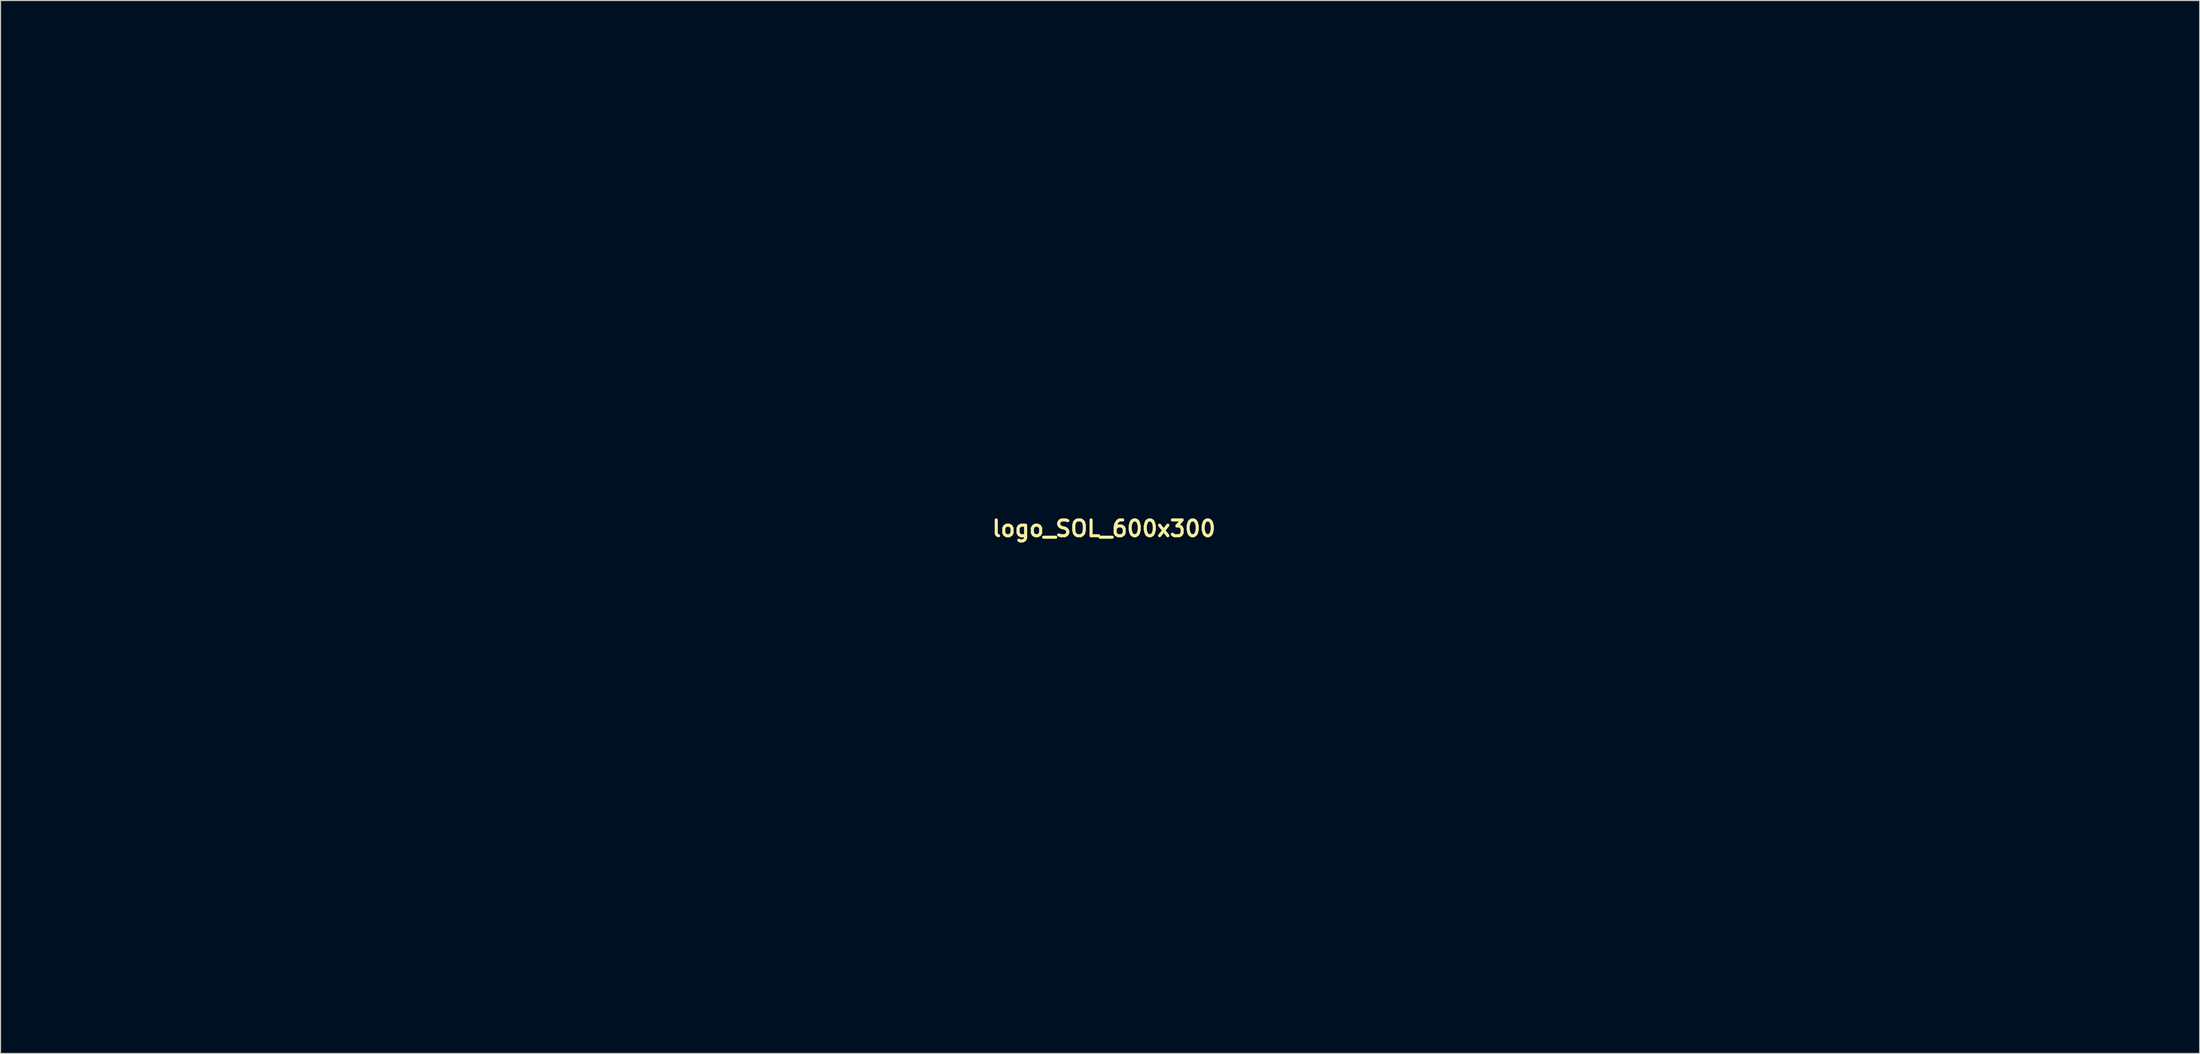
<source format=kicad_pcb>
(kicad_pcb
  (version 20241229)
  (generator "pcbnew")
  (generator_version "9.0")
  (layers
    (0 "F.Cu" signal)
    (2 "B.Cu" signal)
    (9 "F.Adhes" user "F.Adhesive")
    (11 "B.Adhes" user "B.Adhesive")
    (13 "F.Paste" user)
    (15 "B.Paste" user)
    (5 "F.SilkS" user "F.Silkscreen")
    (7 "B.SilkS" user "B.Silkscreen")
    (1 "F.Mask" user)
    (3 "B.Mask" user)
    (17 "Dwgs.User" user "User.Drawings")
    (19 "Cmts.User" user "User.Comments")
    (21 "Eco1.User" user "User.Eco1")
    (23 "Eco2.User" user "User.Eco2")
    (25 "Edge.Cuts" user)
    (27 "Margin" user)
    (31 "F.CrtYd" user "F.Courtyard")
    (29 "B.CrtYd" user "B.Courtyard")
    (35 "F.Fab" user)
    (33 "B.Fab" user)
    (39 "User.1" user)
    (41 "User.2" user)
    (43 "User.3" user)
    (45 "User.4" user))
  (footprint "logo_SOL_600x300"
    (layer "F.Cu")
    (at 103.394 47.939)
    (property "Reference" "logo_SOL_600x300" (at 0 0 0) (layer "F.SilkS") (effects (font (size 1.524 1.524) (thickness 0.3))))
    (attr through_hole)
    (fp_poly (pts (xy 6.35 36.336) (xy 21.167 36.336) (xy 21.167 39.511) (xy 3.528 39.511) (xy 3.528 21.519) (xy 6.35 21.519) (xy 6.35 36.336)) (stroke (width 0.01) (type solid)) (fill no) (layer "Eco2.User"))
    (fp_poly (pts (xy 102.658 -33.514) (xy 95.603 -33.514) (xy 95.603 -18.697) (xy 92.428 -18.697) (xy 92.428 -33.514) (xy 85.019 -33.514) (xy 85.019 -36.336) (xy 102.658 -36.336) (xy 102.658 -33.514)) (stroke (width 0.01) (type solid)) (fill no) (layer "Eco2.User"))
    (fp_poly (pts (xy 77.354 -7.34) (xy 78.846 -7.232) (xy 78.846 10.407) (xy 75.638 10.616) (xy 70.01 3.893) (xy 64.382 -2.83) (xy 64.029 10.407) (xy 62.782 10.512) (xy 61.883 10.517) (xy 61.318 10.392) (xy 61.283 10.365) (xy 61.213 9.957) (xy 61.151 8.941) (xy 61.099 7.417) (xy 61.06 5.483) (xy 61.036 3.236) (xy 61.031 1.352) (xy 61.031 -7.408) (xy 64.442 -7.408) (xy 75.671 6.004) (xy 75.767 -0.722) (xy 75.863 -7.448) (xy 77.354 -7.34)) (stroke (width 0.01) (type solid)) (fill no) (layer "Eco2.User"))
    (fp_poly (pts (xy 58.914 -4.233) (xy 45.508 -4.233) (xy 45.508 0) (xy 56.485 0) (xy 56.377 1.499) (xy 56.268 2.999) (xy 45.508 3.193) (xy 45.508 7.408) (xy 58.954 7.408) (xy 58.846 8.908) (xy 58.738 10.407) (xy 50.954 10.502) (xy 48.678 10.519) (xy 46.642 10.514) (xy 44.952 10.489) (xy 43.712 10.445) (xy 43.027 10.386) (xy 42.928 10.355) (xy 42.861 9.949) (xy 42.802 8.936) (xy 42.752 7.415) (xy 42.714 5.482) (xy 42.692 3.238) (xy 42.686 1.352) (xy 42.686 -7.408) (xy 58.914 -7.408) (xy 58.914 -4.233)) (stroke (width 0.01) (type solid)) (fill no) (layer "Eco2.User"))
    (fp_poly (pts (xy 62.469 -35.305) (xy 63.5 -34.274) (xy 63.5 -18.697) (xy 60.678 -18.697) (xy 60.678 -24.694) (xy 48.683 -24.694) (xy 48.683 -18.697) (xy 45.861 -18.697) (xy 45.861 -30.119) (xy 48.683 -30.119) (xy 48.683 -27.517) (xy 60.706 -27.517) (xy 60.604 -30.427) (xy 60.501 -33.337) (xy 55.081 -33.435) (xy 52.613 -33.454) (xy 50.821 -33.408) (xy 49.678 -33.295) (xy 49.172 -33.127) (xy 48.873 -32.536) (xy 48.715 -31.342) (xy 48.683 -30.119) (xy 45.861 -30.119) (xy 45.861 -34.274) (xy 46.892 -35.305) (xy 47.924 -36.336) (xy 61.438 -36.336) (xy 62.469 -35.305)) (stroke (width 0.01) (type solid)) (fill no) (layer "Eco2.User"))
    (fp_poly (pts (xy 39.062 22.673) (xy 40.04 23.651) (xy 40.04 39.335) (xy 37.218 39.335) (xy 37.116 36.248) (xy 37.014 33.161) (xy 25.4 33.161) (xy 25.4 39.511) (xy 23.978 39.511) (xy 22.923 39.392) (xy 22.387 39.065) (xy 22.37 39.028) (xy 22.32 38.543) (xy 22.285 37.465) (xy 22.266 35.905) (xy 22.266 33.976) (xy 22.284 31.788) (xy 22.293 31.097) (xy 22.386 24.694) (xy 25.4 24.694) (xy 25.4 30.339) (xy 37.042 30.339) (xy 37.042 24.694) (xy 25.4 24.694) (xy 22.386 24.694) (xy 22.401 23.651) (xy 23.38 22.673) (xy 24.358 21.696) (xy 38.084 21.696) (xy 39.062 22.673)) (stroke (width 0.01) (type solid)) (fill no) (layer "Eco2.User"))
    (fp_poly (pts (xy 34.011 -7.395) (xy 36.33 -7.326) (xy 38.094 -7.159) (xy 39.38 -6.851) (xy 40.263 -6.358) (xy 40.818 -5.637) (xy 41.122 -4.645) (xy 41.249 -3.34) (xy 41.275 -1.678) (xy 41.275 -1.587) (xy 41.24 0.211) (xy 41.08 1.595) (xy 40.714 2.621) (xy 40.061 3.34) (xy 39.041 3.807) (xy 37.571 4.076) (xy 35.571 4.2) (xy 32.961 4.233) (xy 32.487 4.233) (xy 26.486 4.233) (xy 26.384 7.32) (xy 26.282 10.407) (xy 24.959 10.516) (xy 23.636 10.626) (xy 23.636 -4.233) (xy 26.458 -4.233) (xy 26.458 1.058) (xy 38.1 1.058) (xy 38.1 -4.233) (xy 26.458 -4.233) (xy 23.636 -4.233) (xy 23.636 -7.408) (xy 31.062 -7.408) (xy 34.011 -7.395)) (stroke (width 0.01) (type solid)) (fill no) (layer "Eco2.User"))
    (fp_poly (pts (xy 30.018 -32.456) (xy 31.193 -31.076) (xy 32.209 -29.914) (xy 32.981 -29.067) (xy 33.422 -28.629) (xy 33.486 -28.59) (xy 33.772 -28.853) (xy 34.416 -29.566) (xy 35.334 -30.63) (xy 36.44 -31.947) (xy 36.865 -32.461) (xy 40.04 -36.317) (xy 41.716 -36.326) (xy 43.392 -36.336) (xy 43.392 -18.697) (xy 40.585 -18.697) (xy 40.489 -25.389) (xy 40.393 -32.082) (xy 37.042 -28.044) (xy 35.852 -26.628) (xy 34.816 -25.428) (xy 34.018 -24.539) (xy 33.543 -24.057) (xy 33.455 -23.998) (xy 33.158 -24.251) (xy 32.5 -24.955) (xy 31.565 -26.013) (xy 30.44 -27.329) (xy 29.928 -27.94) (xy 26.635 -31.891) (xy 26.539 -25.294) (xy 26.443 -18.697) (xy 23.283 -18.697) (xy 23.283 -36.336) (xy 26.754 -36.336) (xy 30.018 -32.456)) (stroke (width 0.01) (type solid)) (fill no) (layer "Eco2.User"))
    (fp_poly (pts (xy 82.577 -35.305) (xy 83.038 -34.814) (xy 83.336 -34.343) (xy 83.507 -33.728) (xy 83.585 -32.807) (xy 83.607 -31.416) (xy 83.608 -30.59) (xy 83.551 -28.503) (xy 83.341 -27.003) (xy 82.923 -25.979) (xy 82.241 -25.321) (xy 81.24 -24.916) (xy 80.712 -24.795) (xy 79.249 -24.506) (xy 81.429 -21.973) (xy 82.375 -20.837) (xy 83.114 -19.879) (xy 83.542 -19.237) (xy 83.608 -19.069) (xy 83.29 -18.849) (xy 82.466 -18.717) (xy 81.91 -18.697) (xy 80.212 -18.697) (xy 77.765 -21.693) (xy 75.318 -24.689) (xy 72.055 -24.691) (xy 68.792 -24.694) (xy 68.792 -18.697) (xy 65.969 -18.697) (xy 65.969 -29.701) (xy 68.832 -29.701) (xy 68.87 -28.746) (xy 68.938 -28.35) (xy 69.155 -28.164) (xy 69.699 -28.031) (xy 70.658 -27.942) (xy 72.119 -27.891) (xy 74.171 -27.871) (xy 74.954 -27.869) (xy 80.786 -27.869) (xy 80.786 -33.178) (xy 74.877 -33.081) (xy 68.968 -32.985) (xy 68.861 -30.908) (xy 68.832 -29.701) (xy 65.969 -29.701) (xy 65.969 -36.336) (xy 81.546 -36.336) (xy 82.577 -35.305)) (stroke (width 0.01) (type solid)) (fill no) (layer "Eco2.User"))
    (fp_poly (pts (xy 52.019 21.541) (xy 54.176 21.601) (xy 55.886 21.695) (xy 57.051 21.819) (xy 57.461 21.91) (xy 58.481 22.49) (xy 59.151 23.447) (xy 59.51 24.876) (xy 59.596 26.869) (xy 59.591 27.118) (xy 59.607 28.557) (xy 59.718 29.78) (xy 59.901 30.555) (xy 59.922 30.598) (xy 60.182 31.491) (xy 60.317 32.808) (xy 60.333 34.33) (xy 60.237 35.836) (xy 60.036 37.106) (xy 59.737 37.92) (xy 59.7 37.971) (xy 59.256 38.462) (xy 58.758 38.836) (xy 58.109 39.11) (xy 57.212 39.298) (xy 55.969 39.417) (xy 54.283 39.481) (xy 52.058 39.507) (xy 50.118 39.511) (xy 42.686 39.511) (xy 42.686 32.103) (xy 45.508 32.103) (xy 45.508 36.336) (xy 57.15 36.336) (xy 57.15 32.103) (xy 45.508 32.103) (xy 42.686 32.103) (xy 42.686 24.694) (xy 45.508 24.694) (xy 45.508 26.576) (xy 45.549 27.674) (xy 45.654 28.461) (xy 45.744 28.693) (xy 46.162 28.775) (xy 47.155 28.845) (xy 48.594 28.897) (xy 50.349 28.925) (xy 51.212 28.928) (xy 56.444 28.928) (xy 56.444 24.694) (xy 45.508 24.694) (xy 42.686 24.694) (xy 42.686 21.519) (xy 49.513 21.519) (xy 52.019 21.541)) (stroke (width 0.01) (type solid)) (fill no) (layer "Eco2.User"))
    (fp_poly (pts (xy 16.553 -7.334) (xy 18.047 -7.239) (xy 18.962 -7.082) (xy 19.112 -7.03) (xy 19.788 -6.713) (xy 20.297 -6.333) (xy 20.662 -5.792) (xy 20.909 -4.992) (xy 21.059 -3.838) (xy 21.136 -2.229) (xy 21.164 -0.071) (xy 21.167 1.502) (xy 21.154 4.085) (xy 21.101 6.056) (xy 20.983 7.511) (xy 20.776 8.544) (xy 20.457 9.248) (xy 20.003 9.718) (xy 19.388 10.048) (xy 18.974 10.204) (xy 18.1 10.373) (xy 16.699 10.491) (xy 14.928 10.56) (xy 12.943 10.582) (xy 10.904 10.557) (xy 8.966 10.489) (xy 7.288 10.378) (xy 6.026 10.226) (xy 5.408 10.069) (xy 4.521 9.529) (xy 3.92 8.893) (xy 3.908 8.871) (xy 3.767 8.242) (xy 3.655 6.982) (xy 3.576 5.165) (xy 3.534 2.866) (xy 3.528 1.454) (xy 3.531 -0.88) (xy 3.547 -2.615) (xy 3.589 -3.861) (xy 3.624 -4.233) (xy 6.35 -4.233) (xy 6.35 7.425) (xy 12.259 7.329) (xy 18.168 7.232) (xy 18.362 -4.233) (xy 6.35 -4.233) (xy 3.624 -4.233) (xy 3.669 -4.724) (xy 3.798 -5.311) (xy 3.988 -5.732) (xy 4.251 -6.092) (xy 4.378 -6.242) (xy 5.229 -7.232) (xy 11.659 -7.343) (xy 14.437 -7.368) (xy 16.553 -7.334)) (stroke (width 0.01) (type solid)) (fill no) (layer "Eco2.User"))
    (fp_poly (pts (xy 20.135 -35.305) (xy 20.919 -34.255) (xy 21.166 -33.095) (xy 21.167 -33.012) (xy 21.126 -32.206) (xy 20.869 -31.846) (xy 20.192 -31.753) (xy 19.747 -31.75) (xy 18.777 -31.825) (xy 18.254 -32.135) (xy 17.988 -32.641) (xy 17.65 -33.532) (xy 12.088 -33.435) (xy 6.526 -33.337) (xy 6.316 -28.928) (xy 19.104 -28.928) (xy 20.135 -27.897) (xy 20.64 -27.348) (xy 20.945 -26.813) (xy 21.102 -26.099) (xy 21.16 -25.013) (xy 21.167 -23.867) (xy 21.146 -22.355) (xy 21.054 -21.35) (xy 20.847 -20.652) (xy 20.479 -20.062) (xy 20.253 -19.783) (xy 19.34 -18.697) (xy 12.3 -18.697) (xy 9.905 -18.699) (xy 8.113 -18.713) (xy 6.822 -18.75) (xy 5.929 -18.821) (xy 5.331 -18.937) (xy 4.927 -19.109) (xy 4.613 -19.35) (xy 4.394 -19.563) (xy 3.666 -20.722) (xy 3.528 -21.68) (xy 3.57 -22.481) (xy 3.831 -22.836) (xy 4.514 -22.928) (xy 4.939 -22.931) (xy 5.862 -22.871) (xy 6.27 -22.632) (xy 6.35 -22.225) (xy 6.382 -21.965) (xy 6.545 -21.778) (xy 6.938 -21.652) (xy 7.662 -21.576) (xy 8.817 -21.536) (xy 10.501 -21.521) (xy 12.188 -21.519) (xy 18.025 -21.519) (xy 17.815 -25.929) (xy 11.345 -26.106) (xy 8.807 -26.179) (xy 6.888 -26.281) (xy 5.501 -26.465) (xy 4.56 -26.787) (xy 3.979 -27.302) (xy 3.671 -28.067) (xy 3.549 -29.135) (xy 3.528 -30.563) (xy 3.528 -31.111) (xy 3.541 -32.634) (xy 3.61 -33.637) (xy 3.781 -34.302) (xy 4.099 -34.813) (xy 4.559 -35.305) (xy 5.59 -36.336) (xy 19.104 -36.336) (xy 20.135 -35.305)) (stroke (width 0.01) (type solid)) (fill no) (layer "Eco2.User"))
    (fp_poly (pts (xy -54.614 -47.816) (xy -52.397 -47.117) (xy -50.38 -45.85) (xy -48.668 -44.024) (xy -48.101 -43.156) (xy -47.675 -42.342) (xy -47.376 -41.491) (xy -47.164 -40.426) (xy -47.003 -38.97) (xy -46.889 -37.45) (xy -46.77 -35.448) (xy -46.672 -33.356) (xy -46.607 -31.472) (xy -46.589 -30.495) (xy -46.519 -28.76) (xy -46.302 -27.59) (xy -45.883 -26.851) (xy -45.206 -26.406) (xy -44.832 -26.275) (xy -44.483 -26.234) (xy -44.075 -26.36) (xy -43.531 -26.713) (xy -42.776 -27.357) (xy -41.734 -28.355) (xy -40.328 -29.768) (xy -39.326 -30.792) (xy -37.619 -32.5) (xy -36.035 -34.002) (xy -34.67 -35.212) (xy -33.62 -36.044) (xy -33.149 -36.342) (xy -30.875 -37.156) (xy -28.621 -37.338) (xy -26.461 -36.961) (xy -24.466 -36.096) (xy -22.708 -34.816) (xy -21.26 -33.192) (xy -20.192 -31.298) (xy -19.577 -29.204) (xy -19.488 -26.983) (xy -19.995 -24.707) (xy -20.464 -23.63) (xy -20.977 -22.853) (xy -21.884 -21.707) (xy -23.077 -20.319) (xy -24.449 -18.816) (xy -25.199 -18.029) (xy -26.89 -16.269) (xy -28.136 -14.924) (xy -28.993 -13.91) (xy -29.517 -13.146) (xy -29.765 -12.549) (xy -29.793 -12.037) (xy -29.656 -11.526) (xy -29.646 -11.498) (xy -29.385 -11.01) (xy -28.965 -10.655) (xy -28.292 -10.417) (xy -27.27 -10.284) (xy -25.806 -10.241) (xy -23.805 -10.275) (xy -21.842 -10.343) (xy -19.506 -10.418) (xy -17.736 -10.43) (xy -16.398 -10.371) (xy -15.354 -10.238) (xy -14.508 -10.035) (xy -12.202 -9.017) (xy -10.299 -7.502) (xy -8.876 -5.59) (xy -8.007 -3.377) (xy -7.761 -1.324) (xy -7.923 0.96) (xy -8.463 2.826) (xy -9.457 4.494) (xy -10.11 5.28) (xy -11.068 6.267) (xy -12.018 7.029) (xy -13.073 7.599) (xy -14.348 8.011) (xy -15.954 8.299) (xy -18.004 8.496) (xy -20.612 8.635) (xy -21.544 8.671) (xy -24.08 8.778) (xy -25.995 8.902) (xy -27.377 9.069) (xy -28.31 9.304) (xy -28.88 9.632) (xy -29.173 10.078) (xy -29.274 10.666) (xy -29.281 10.934) (xy -29.181 11.384) (xy -28.839 11.965) (xy -28.192 12.749) (xy -27.176 13.811) (xy -25.727 15.223) (xy -24.726 16.171) (xy -22.656 18.168) (xy -21.076 19.825) (xy -19.923 21.243) (xy -19.136 22.521) (xy -18.651 23.761) (xy -18.409 25.061) (xy -18.344 26.458) (xy -18.669 28.968) (xy -19.586 31.208) (xy -21.009 33.101) (xy -22.854 34.571) (xy -25.035 35.539) (xy -27.466 35.928) (xy -28.768 35.88) (xy -29.93 35.7) (xy -31.007 35.371) (xy -32.101 34.828) (xy -33.31 34.007) (xy -34.735 32.843) (xy -36.475 31.27) (xy -37.85 29.972) (xy -39.687 28.249) (xy -41.114 26.998) (xy -42.211 26.174) (xy -43.053 25.737) (xy -43.716 25.645) (xy -44.278 25.854) (xy -44.708 26.213) (xy -44.9 26.507) (xy -45.044 27.018) (xy -45.148 27.836) (xy -45.219 29.054) (xy -45.263 30.765) (xy -45.289 33.06) (xy -45.294 33.93) (xy -45.312 36.382) (xy -45.343 38.239) (xy -45.397 39.61) (xy -45.485 40.607) (xy -45.617 41.338) (xy -45.803 41.915) (xy -46.054 42.447) (xy -46.1 42.534) (xy -47.178 44.073) (xy -48.64 45.537) (xy -50.233 46.693) (xy -51.012 47.088) (xy -52.748 47.529) (xy -54.803 47.623) (xy -56.884 47.381) (xy -58.703 46.813) (xy -58.74 46.796) (xy -60.644 45.574) (xy -62.29 43.887) (xy -63.435 42.006) (xy -63.656 41.294) (xy -63.834 40.217) (xy -63.978 38.69) (xy -64.096 36.629) (xy -64.195 33.948) (xy -64.196 33.918) (xy -64.274 31.54) (xy -64.35 29.769) (xy -64.437 28.505) (xy -64.547 27.652) (xy -64.69 27.11) (xy -64.879 26.78) (xy -65.078 26.598) (xy -65.916 26.199) (xy -66.454 26.106) (xy -66.955 26.355) (xy -67.886 27.072) (xy -69.193 28.212) (xy -70.822 29.726) (xy -72.295 31.151) (xy -74.229 33.03) (xy -75.775 34.462) (xy -77.037 35.507) (xy -78.118 36.226) (xy -79.122 36.677) (xy -80.151 36.922) (xy -81.309 37.021) (xy -82.415 37.034) (xy -84.858 36.699) (xy -87.027 35.765) (xy -88.847 34.313) (xy -90.239 32.42) (xy -91.127 30.166) (xy -91.435 27.722) (xy -91.383 26.375) (xy -91.169 25.168) (xy -90.734 23.997) (xy -90.02 22.76) (xy -88.965 21.353) (xy -87.511 19.675) (xy -85.599 17.622) (xy -85.579 17.601) (xy -83.854 15.76) (xy -82.593 14.332) (xy -81.753 13.243) (xy -81.29 12.416) (xy -81.161 11.775) (xy -81.323 11.244) (xy -81.693 10.785) (xy -81.889 10.577) (xy -82.066 10.424) (xy -82.325 10.316) (xy -82.763 10.248) (xy -83.478 10.212) (xy -84.569 10.201) (xy -86.134 10.207) (xy -88.272 10.223) (xy -89.187 10.229) (xy -91.979 10.222) (xy -94.184 10.136) (xy -95.916 9.944) (xy -97.292 9.617) (xy -98.428 9.126) (xy -99.44 8.444) (xy -100.443 7.54) (xy -100.55 7.433) (xy -102.121 5.418) (xy -103.062 3.217) (xy -103.333 1.319) (xy -95.863 1.319) (xy -95.271 2.184) (xy -95.103 2.306) (xy -94.697 2.505) (xy -94.111 2.647) (xy -93.244 2.738) (xy -91.992 2.784) (xy -90.252 2.791) (xy -87.923 2.765) (xy -87.607 2.76) (xy -85.01 2.731) (xy -82.999 2.755) (xy -81.454 2.857) (xy -80.257 3.064) (xy -79.287 3.404) (xy -78.426 3.901) (xy -77.553 4.585) (xy -76.919 5.145) (xy -75.465 6.668) (xy -74.541 8.218) (xy -74.055 10.008) (xy -73.918 12.171) (xy -73.981 13.957) (xy -74.193 15.244) (xy -74.573 16.207) (xy -75.026 16.858) (xy -75.874 17.908) (xy -77.023 19.249) (xy -78.379 20.769) (xy -79.595 22.089) (xy -81.204 23.828) (xy -82.377 25.149) (xy -83.177 26.134) (xy -83.666 26.865) (xy -83.906 27.425) (xy -83.961 27.83) (xy -83.672 28.868) (xy -82.843 29.482) (xy -81.864 29.633) (xy -81.304 29.365) (xy -80.312 28.573) (xy -78.909 27.274) (xy -77.115 25.487) (xy -76.637 24.997) (xy -74.615 22.956) (xy -72.945 21.398) (xy -71.529 20.262) (xy -70.267 19.485) (xy -69.063 19.007) (xy -67.817 18.767) (xy -66.499 18.704) (xy -63.978 19.043) (xy -61.681 20.038) (xy -59.684 21.654) (xy -59.497 21.856) (xy -58.682 22.808) (xy -58.066 23.692) (xy -57.618 24.632) (xy -57.308 25.749) (xy -57.106 27.166) (xy -56.979 29.005) (xy -56.898 31.388) (xy -56.877 32.279) (xy -56.803 34.862) (xy -56.697 36.822) (xy -56.536 38.244) (xy -56.298 39.211) (xy -55.961 39.806) (xy -55.5 40.112) (xy -54.895 40.214) (xy -54.727 40.217) (xy -53.768 39.988) (xy -53.133 39.555) (xy -52.925 39.253) (xy -52.774 38.808) (xy -52.675 38.121) (xy -52.62 37.09) (xy -52.602 35.616) (xy -52.616 33.599) (xy -52.637 32.059) (xy -52.671 29.701) (xy -52.681 27.933) (xy -52.659 26.637) (xy -52.591 25.697) (xy -52.467 24.996) (xy -52.276 24.417) (xy -52.006 23.845) (xy -51.803 23.46) (xy -50.276 21.237) (xy -48.384 19.611) (xy -46.151 18.596) (xy -43.603 18.208) (xy -43.392 18.205) (xy -42.029 18.255) (xy -40.812 18.467) (xy -39.636 18.898) (xy -38.399 19.61) (xy -36.999 20.661) (xy -35.333 22.111) (xy -33.3 24.019) (xy -33.184 24.13) (xy -31.668 25.553) (xy -30.292 26.787) (xy -29.147 27.754) (xy -28.325 28.376) (xy -27.936 28.575) (xy -26.882 28.27) (xy -26.079 27.501) (xy -25.753 26.485) (xy -25.753 26.464) (xy -25.832 26.009) (xy -26.117 25.467) (xy -26.675 24.758) (xy -27.574 23.803) (xy -28.882 22.521) (xy -30.191 21.281) (xy -31.734 19.79) (xy -33.158 18.342) (xy -34.352 17.053) (xy -35.208 16.041) (xy -35.538 15.573) (xy -36.273 13.783) (xy -36.64 11.685) (xy -36.621 9.552) (xy -36.197 7.66) (xy -36.082 7.379) (xy -34.701 5.056) (xy -32.833 3.234) (xy -31.833 2.573) (xy -31.253 2.252) (xy -30.678 2.005) (xy -29.997 1.817) (xy -29.098 1.669) (xy -27.87 1.546) (xy -26.2 1.431) (xy -23.977 1.306) (xy -23.038 1.257) (xy -20.495 1.119) (xy -18.57 0.989) (xy -17.177 0.842) (xy -16.23 0.651) (xy -15.642 0.389) (xy -15.328 0.033) (xy -15.201 -0.446) (xy -15.175 -1.071) (xy -15.175 -1.103) (xy -15.212 -1.689) (xy -15.39 -2.132) (xy -15.792 -2.45) (xy -16.505 -2.664) (xy -17.615 -2.791) (xy -19.206 -2.851) (xy -21.364 -2.864) (xy -23.014 -2.856) (xy -25.386 -2.845) (xy -27.171 -2.855) (xy -28.489 -2.896) (xy -29.457 -2.979) (xy -30.196 -3.115) (xy -30.824 -3.316) (xy -31.46 -3.592) (xy -31.574 -3.646) (xy -33.846 -5.066) (xy -35.554 -6.895) (xy -36.673 -9.091) (xy -37.176 -11.613) (xy -37.203 -12.347) (xy -37.147 -13.637) (xy -36.932 -14.804) (xy -36.499 -15.949) (xy -35.789 -17.171) (xy -34.744 -18.568) (xy -33.305 -20.24) (xy -31.414 -22.286) (xy -31.226 -22.485) (xy -29.634 -24.208) (xy -28.345 -25.683) (xy -27.414 -26.842) (xy -26.898 -27.615) (xy -26.811 -27.865) (xy -27.115 -28.762) (xy -27.856 -29.545) (xy -28.778 -29.966) (xy -29.004 -29.986) (xy -29.533 -29.768) (xy -30.408 -29.096) (xy -31.658 -27.943) (xy -33.312 -26.283) (xy -34.192 -25.369) (xy -36.212 -23.298) (xy -37.884 -21.711) (xy -39.303 -20.549) (xy -40.566 -19.75) (xy -41.772 -19.253) (xy -43.016 -18.998) (xy -44.397 -18.922) (xy -44.45 -18.922) (xy -47.066 -19.237) (xy -49.35 -20.168) (xy -51.262 -21.69) (xy -52.762 -23.777) (xy -53.129 -24.516) (xy -53.419 -25.227) (xy -53.64 -25.985) (xy -53.808 -26.912) (xy -53.937 -28.131) (xy -54.043 -29.765) (xy -54.141 -31.935) (xy -54.179 -32.922) (xy -54.27 -35.241) (xy -54.352 -36.957) (xy -54.441 -38.17) (xy -54.551 -38.984) (xy -54.699 -39.5) (xy -54.899 -39.819) (xy -55.167 -40.043) (xy -55.258 -40.105) (xy -56.285 -40.458) (xy -57.293 -40.307) (xy -58.03 -39.709) (xy -58.167 -39.436) (xy -58.251 -38.842) (xy -58.305 -37.676) (xy -58.327 -36.073) (xy -58.314 -34.166) (xy -58.282 -32.622) (xy -58.234 -29.823) (xy -58.283 -27.61) (xy -58.456 -25.864) (xy -58.78 -24.469) (xy -59.285 -23.308) (xy -59.997 -22.264) (xy -60.945 -21.219) (xy -61.014 -21.15) (xy -62.984 -19.647) (xy -65.245 -18.708) (xy -67.654 -18.359) (xy -70.066 -18.624) (xy -71.775 -19.235) (xy -72.489 -19.698) (xy -73.59 -20.561) (xy -74.964 -21.726) (xy -76.496 -23.098) (xy -77.717 -24.24) (xy -79.444 -25.866) (xy -80.757 -27.048) (xy -81.736 -27.847) (xy -82.458 -28.325) (xy -83.004 -28.543) (xy -83.281 -28.575) (xy -84.243 -28.284) (xy -84.969 -27.564) (xy -85.276 -26.639) (xy -85.215 -26.166) (xy -84.9 -25.71) (xy -84.16 -24.86) (xy -83.079 -23.709) (xy -81.744 -22.349) (xy -80.399 -21.024) (xy -78.412 -19.055) (xy -76.902 -17.438) (xy -75.805 -16.069) (xy -75.058 -14.846) (xy -74.598 -13.667) (xy -74.362 -12.428) (xy -74.288 -11.088) (xy -74.592 -8.664) (xy -75.517 -6.434) (xy -76.982 -4.501) (xy -78.91 -2.971) (xy -81.218 -1.949) (xy -82.327 -1.709) (xy -83.829 -1.543) (xy -85.823 -1.447) (xy -88.409 -1.412) (xy -88.788 -1.411) (xy -90.947 -1.405) (xy -92.514 -1.377) (xy -93.604 -1.317) (xy -94.328 -1.21) (xy -94.803 -1.046) (xy -95.14 -0.81) (xy -95.25 -0.706) (xy -95.86 0.291) (xy -95.863 1.319) (xy -103.333 1.319) (xy -103.389 0.927) (xy -103.121 -1.358) (xy -102.276 -3.542) (xy -100.869 -5.532) (xy -98.92 -7.232) (xy -97.719 -7.957) (xy -97.168 -8.197) (xy -96.462 -8.381) (xy -95.492 -8.521) (xy -94.151 -8.63) (xy -92.328 -8.719) (xy -89.915 -8.799) (xy -89.747 -8.803) (xy -87.186 -8.887) (xy -85.245 -8.988) (xy -83.84 -9.131) (xy -82.883 -9.34) (xy -82.291 -9.638) (xy -81.978 -10.05) (xy -81.859 -10.599) (xy -81.844 -11.023) (xy -81.913 -11.465) (xy -82.161 -11.985) (xy -82.651 -12.66) (xy -83.449 -13.565) (xy -84.618 -14.778) (xy -86.221 -16.375) (xy -86.744 -16.889) (xy -88.508 -18.637) (xy -89.829 -19.995) (xy -90.782 -21.052) (xy -91.439 -21.898) (xy -91.877 -22.62) (xy -92.17 -23.31) (xy -92.212 -23.434) (xy -92.711 -25.97) (xy -92.573 -28.397) (xy -91.86 -30.63) (xy -90.633 -32.583) (xy -88.953 -34.17) (xy -86.882 -35.306) (xy -84.481 -35.904) (xy -83.256 -35.975) (xy -81.903 -35.91) (xy -80.675 -35.674) (xy -79.471 -35.21) (xy -78.188 -34.458) (xy -76.724 -33.36) (xy -74.978 -31.856) (xy -73.044 -30.074) (xy -71.356 -28.526) (xy -69.9 -27.264) (xy -68.751 -26.348) (xy -67.982 -25.839) (xy -67.735 -25.753) (xy -66.98 -25.992) (xy -66.275 -26.505) (xy -66.001 -26.809) (xy -65.809 -27.157) (xy -65.69 -27.662) (xy -65.637 -28.437) (xy -65.642 -29.593) (xy -65.694 -31.243) (xy -65.774 -33.198) (xy -65.861 -36.035) (xy -65.838 -38.289) (xy -65.68 -40.077) (xy -65.363 -41.514) (xy -64.863 -42.718) (xy -64.157 -43.806) (xy -63.394 -44.707) (xy -61.421 -46.391) (xy -59.23 -47.463) (xy -56.927 -47.934) (xy -54.614 -47.816)) (stroke (width 0.01) (type solid)) (fill no) (layer "Eco2.User")))
  (gr_rect
    (start -3 -3)
    (end 209.058 98.568)
    (stroke (width 0.1) (type default))
    (fill no)
    (layer "Edge.Cuts")))
</source>
